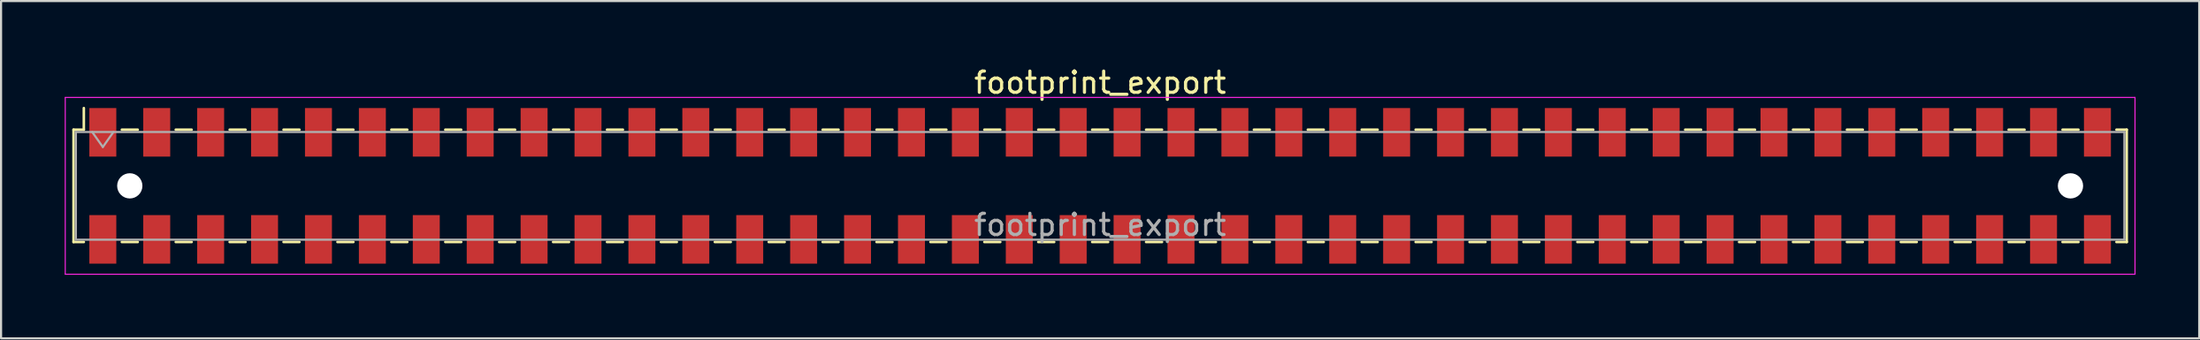
<source format=kicad_pcb>
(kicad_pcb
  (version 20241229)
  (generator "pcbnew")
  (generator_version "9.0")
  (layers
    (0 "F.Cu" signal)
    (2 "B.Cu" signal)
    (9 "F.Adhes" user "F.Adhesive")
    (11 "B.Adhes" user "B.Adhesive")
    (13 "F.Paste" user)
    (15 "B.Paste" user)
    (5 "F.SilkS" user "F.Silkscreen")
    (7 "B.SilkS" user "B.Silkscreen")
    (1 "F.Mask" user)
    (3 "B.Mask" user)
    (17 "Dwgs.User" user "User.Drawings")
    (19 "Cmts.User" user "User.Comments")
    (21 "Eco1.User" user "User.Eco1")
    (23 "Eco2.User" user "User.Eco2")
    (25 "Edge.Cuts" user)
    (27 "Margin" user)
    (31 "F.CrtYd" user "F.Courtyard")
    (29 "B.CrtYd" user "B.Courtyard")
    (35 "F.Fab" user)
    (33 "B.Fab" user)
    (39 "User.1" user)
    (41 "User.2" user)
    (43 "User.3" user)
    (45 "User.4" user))
  (footprint "footprint_export"
    (layer "F.Cu")
    (at 48.785 5.718)
    (property "Reference" "footprint_export" (at 0 -4.87 0) (layer "F.SilkS") (effects (font (size 1 1) (thickness 0.15))))
    (attr smd)
    (fp_line (start -48.37 -2.65) (end -48.37 2.65) (stroke (width 0.12) (type solid)) (layer "F.SilkS"))
    (fp_line (start -48.37 2.65) (end -47.885 2.65) (stroke (width 0.12) (type solid)) (layer "F.SilkS"))
    (fp_line (start -47.885 -3.67) (end -47.885 -2.65) (stroke (width 0.12) (type solid)) (layer "F.SilkS"))
    (fp_line (start -47.885 -2.65) (end -48.37 -2.65) (stroke (width 0.12) (type solid)) (layer "F.SilkS"))
    (fp_line (start -46.095 -2.65) (end -45.345 -2.65) (stroke (width 0.12) (type solid)) (layer "F.SilkS"))
    (fp_line (start -46.095 2.65) (end -45.345 2.65) (stroke (width 0.12) (type solid)) (layer "F.SilkS"))
    (fp_line (start -43.555 -2.65) (end -42.805 -2.65) (stroke (width 0.12) (type solid)) (layer "F.SilkS"))
    (fp_line (start -43.555 2.65) (end -42.805 2.65) (stroke (width 0.12) (type solid)) (layer "F.SilkS"))
    (fp_line (start -41.015 -2.65) (end -40.265 -2.65) (stroke (width 0.12) (type solid)) (layer "F.SilkS"))
    (fp_line (start -41.015 2.65) (end -40.265 2.65) (stroke (width 0.12) (type solid)) (layer "F.SilkS"))
    (fp_line (start -38.475 -2.65) (end -37.725 -2.65) (stroke (width 0.12) (type solid)) (layer "F.SilkS"))
    (fp_line (start -38.475 2.65) (end -37.725 2.65) (stroke (width 0.12) (type solid)) (layer "F.SilkS"))
    (fp_line (start -35.935 -2.65) (end -35.185 -2.65) (stroke (width 0.12) (type solid)) (layer "F.SilkS"))
    (fp_line (start -35.935 2.65) (end -35.185 2.65) (stroke (width 0.12) (type solid)) (layer "F.SilkS"))
    (fp_line (start -33.395 -2.65) (end -32.645 -2.65) (stroke (width 0.12) (type solid)) (layer "F.SilkS"))
    (fp_line (start -33.395 2.65) (end -32.645 2.65) (stroke (width 0.12) (type solid)) (layer "F.SilkS"))
    (fp_line (start -30.855 -2.65) (end -30.105 -2.65) (stroke (width 0.12) (type solid)) (layer "F.SilkS"))
    (fp_line (start -30.855 2.65) (end -30.105 2.65) (stroke (width 0.12) (type solid)) (layer "F.SilkS"))
    (fp_line (start -28.315 -2.65) (end -27.565 -2.65) (stroke (width 0.12) (type solid)) (layer "F.SilkS"))
    (fp_line (start -28.315 2.65) (end -27.565 2.65) (stroke (width 0.12) (type solid)) (layer "F.SilkS"))
    (fp_line (start -25.775 -2.65) (end -25.025 -2.65) (stroke (width 0.12) (type solid)) (layer "F.SilkS"))
    (fp_line (start -25.775 2.65) (end -25.025 2.65) (stroke (width 0.12) (type solid)) (layer "F.SilkS"))
    (fp_line (start -23.235 -2.65) (end -22.485 -2.65) (stroke (width 0.12) (type solid)) (layer "F.SilkS"))
    (fp_line (start -23.235 2.65) (end -22.485 2.65) (stroke (width 0.12) (type solid)) (layer "F.SilkS"))
    (fp_line (start -20.695 -2.65) (end -19.945 -2.65) (stroke (width 0.12) (type solid)) (layer "F.SilkS"))
    (fp_line (start -20.695 2.65) (end -19.945 2.65) (stroke (width 0.12) (type solid)) (layer "F.SilkS"))
    (fp_line (start -18.155 -2.65) (end -17.405 -2.65) (stroke (width 0.12) (type solid)) (layer "F.SilkS"))
    (fp_line (start -18.155 2.65) (end -17.405 2.65) (stroke (width 0.12) (type solid)) (layer "F.SilkS"))
    (fp_line (start -15.615 -2.65) (end -14.865 -2.65) (stroke (width 0.12) (type solid)) (layer "F.SilkS"))
    (fp_line (start -15.615 2.65) (end -14.865 2.65) (stroke (width 0.12) (type solid)) (layer "F.SilkS"))
    (fp_line (start -13.075 -2.65) (end -12.325 -2.65) (stroke (width 0.12) (type solid)) (layer "F.SilkS"))
    (fp_line (start -13.075 2.65) (end -12.325 2.65) (stroke (width 0.12) (type solid)) (layer "F.SilkS"))
    (fp_line (start -10.535 -2.65) (end -9.785 -2.65) (stroke (width 0.12) (type solid)) (layer "F.SilkS"))
    (fp_line (start -10.535 2.65) (end -9.785 2.65) (stroke (width 0.12) (type solid)) (layer "F.SilkS"))
    (fp_line (start -7.995 -2.65) (end -7.245 -2.65) (stroke (width 0.12) (type solid)) (layer "F.SilkS"))
    (fp_line (start -7.995 2.65) (end -7.245 2.65) (stroke (width 0.12) (type solid)) (layer "F.SilkS"))
    (fp_line (start -5.455 -2.65) (end -4.705 -2.65) (stroke (width 0.12) (type solid)) (layer "F.SilkS"))
    (fp_line (start -5.455 2.65) (end -4.705 2.65) (stroke (width 0.12) (type solid)) (layer "F.SilkS"))
    (fp_line (start -2.915 -2.65) (end -2.165 -2.65) (stroke (width 0.12) (type solid)) (layer "F.SilkS"))
    (fp_line (start -2.915 2.65) (end -2.165 2.65) (stroke (width 0.12) (type solid)) (layer "F.SilkS"))
    (fp_line (start -0.375 -2.65) (end 0.375 -2.65) (stroke (width 0.12) (type solid)) (layer "F.SilkS"))
    (fp_line (start -0.375 2.65) (end 0.375 2.65) (stroke (width 0.12) (type solid)) (layer "F.SilkS"))
    (fp_line (start 2.165 -2.65) (end 2.915 -2.65) (stroke (width 0.12) (type solid)) (layer "F.SilkS"))
    (fp_line (start 2.165 2.65) (end 2.915 2.65) (stroke (width 0.12) (type solid)) (layer "F.SilkS"))
    (fp_line (start 4.705 -2.65) (end 5.455 -2.65) (stroke (width 0.12) (type solid)) (layer "F.SilkS"))
    (fp_line (start 4.705 2.65) (end 5.455 2.65) (stroke (width 0.12) (type solid)) (layer "F.SilkS"))
    (fp_line (start 7.245 -2.65) (end 7.995 -2.65) (stroke (width 0.12) (type solid)) (layer "F.SilkS"))
    (fp_line (start 7.245 2.65) (end 7.995 2.65) (stroke (width 0.12) (type solid)) (layer "F.SilkS"))
    (fp_line (start 9.785 -2.65) (end 10.535 -2.65) (stroke (width 0.12) (type solid)) (layer "F.SilkS"))
    (fp_line (start 9.785 2.65) (end 10.535 2.65) (stroke (width 0.12) (type solid)) (layer "F.SilkS"))
    (fp_line (start 12.325 -2.65) (end 13.075 -2.65) (stroke (width 0.12) (type solid)) (layer "F.SilkS"))
    (fp_line (start 12.325 2.65) (end 13.075 2.65) (stroke (width 0.12) (type solid)) (layer "F.SilkS"))
    (fp_line (start 14.865 -2.65) (end 15.615 -2.65) (stroke (width 0.12) (type solid)) (layer "F.SilkS"))
    (fp_line (start 14.865 2.65) (end 15.615 2.65) (stroke (width 0.12) (type solid)) (layer "F.SilkS"))
    (fp_line (start 17.405 -2.65) (end 18.155 -2.65) (stroke (width 0.12) (type solid)) (layer "F.SilkS"))
    (fp_line (start 17.405 2.65) (end 18.155 2.65) (stroke (width 0.12) (type solid)) (layer "F.SilkS"))
    (fp_line (start 19.945 -2.65) (end 20.695 -2.65) (stroke (width 0.12) (type solid)) (layer "F.SilkS"))
    (fp_line (start 19.945 2.65) (end 20.695 2.65) (stroke (width 0.12) (type solid)) (layer "F.SilkS"))
    (fp_line (start 22.485 -2.65) (end 23.235 -2.65) (stroke (width 0.12) (type solid)) (layer "F.SilkS"))
    (fp_line (start 22.485 2.65) (end 23.235 2.65) (stroke (width 0.12) (type solid)) (layer "F.SilkS"))
    (fp_line (start 25.025 -2.65) (end 25.775 -2.65) (stroke (width 0.12) (type solid)) (layer "F.SilkS"))
    (fp_line (start 25.025 2.65) (end 25.775 2.65) (stroke (width 0.12) (type solid)) (layer "F.SilkS"))
    (fp_line (start 27.565 -2.65) (end 28.315 -2.65) (stroke (width 0.12) (type solid)) (layer "F.SilkS"))
    (fp_line (start 27.565 2.65) (end 28.315 2.65) (stroke (width 0.12) (type solid)) (layer "F.SilkS"))
    (fp_line (start 30.105 -2.65) (end 30.855 -2.65) (stroke (width 0.12) (type solid)) (layer "F.SilkS"))
    (fp_line (start 30.105 2.65) (end 30.855 2.65) (stroke (width 0.12) (type solid)) (layer "F.SilkS"))
    (fp_line (start 32.645 -2.65) (end 33.395 -2.65) (stroke (width 0.12) (type solid)) (layer "F.SilkS"))
    (fp_line (start 32.645 2.65) (end 33.395 2.65) (stroke (width 0.12) (type solid)) (layer "F.SilkS"))
    (fp_line (start 35.185 -2.65) (end 35.935 -2.65) (stroke (width 0.12) (type solid)) (layer "F.SilkS"))
    (fp_line (start 35.185 2.65) (end 35.935 2.65) (stroke (width 0.12) (type solid)) (layer "F.SilkS"))
    (fp_line (start 37.725 -2.65) (end 38.475 -2.65) (stroke (width 0.12) (type solid)) (layer "F.SilkS"))
    (fp_line (start 37.725 2.65) (end 38.475 2.65) (stroke (width 0.12) (type solid)) (layer "F.SilkS"))
    (fp_line (start 40.265 -2.65) (end 41.015 -2.65) (stroke (width 0.12) (type solid)) (layer "F.SilkS"))
    (fp_line (start 40.265 2.65) (end 41.015 2.65) (stroke (width 0.12) (type solid)) (layer "F.SilkS"))
    (fp_line (start 42.805 -2.65) (end 43.555 -2.65) (stroke (width 0.12) (type solid)) (layer "F.SilkS"))
    (fp_line (start 42.805 2.65) (end 43.555 2.65) (stroke (width 0.12) (type solid)) (layer "F.SilkS"))
    (fp_line (start 45.345 -2.65) (end 46.095 -2.65) (stroke (width 0.12) (type solid)) (layer "F.SilkS"))
    (fp_line (start 45.345 2.65) (end 46.095 2.65) (stroke (width 0.12) (type solid)) (layer "F.SilkS"))
    (fp_line (start 47.885 -2.65) (end 48.37 -2.65) (stroke (width 0.12) (type solid)) (layer "F.SilkS"))
    (fp_line (start 48.37 -2.65) (end 48.37 2.65) (stroke (width 0.12) (type solid)) (layer "F.SilkS"))
    (fp_line (start 48.37 2.65) (end 47.885 2.65) (stroke (width 0.12) (type solid)) (layer "F.SilkS"))
    (fp_line (start -48.76 -4.17) (end 48.76 -4.17) (stroke (width 0.05) (type solid)) (layer "F.CrtYd"))
    (fp_line (start -48.76 4.17) (end -48.76 -4.17) (stroke (width 0.05) (type solid)) (layer "F.CrtYd"))
    (fp_line (start 48.76 -4.17) (end 48.76 4.17) (stroke (width 0.05) (type solid)) (layer "F.CrtYd"))
    (fp_line (start 48.76 4.17) (end -48.76 4.17) (stroke (width 0.05) (type solid)) (layer "F.CrtYd"))
    (fp_line (start -48.26 -2.54) (end 48.26 -2.54) (stroke (width 0.1) (type solid)) (layer "F.Fab"))
    (fp_line (start -48.26 2.54) (end -48.26 -2.54) (stroke (width 0.1) (type solid)) (layer "F.Fab"))
    (fp_line (start -47.49 -2.54) (end -46.99 -1.833) (stroke (width 0.1) (type solid)) (layer "F.Fab"))
    (fp_line (start -46.99 -1.833) (end -46.49 -2.54) (stroke (width 0.1) (type solid)) (layer "F.Fab"))
    (fp_line (start 48.26 -2.54) (end 48.26 2.54) (stroke (width 0.1) (type solid)) (layer "F.Fab"))
    (fp_line (start 48.26 2.54) (end -48.26 2.54) (stroke (width 0.1) (type solid)) (layer "F.Fab"))
    (fp_text user "${REFERENCE}" (at 0 1.84 0) (layer "F.Fab") (effects (font (size 1 1) (thickness 0.15))))
    (pad "" np_thru_hole circle (at -45.72 0) (size 1.19 1.19) (drill 1.19) (layers "*.Cu" "*.Mask"))
    (pad "" np_thru_hole circle (at 45.72 0) (size 1.19 1.19) (drill 1.19) (layers "*.Cu" "*.Mask"))
    (pad "1" smd rect (at -46.99 -2.525) (size 1.27 2.29) (layers "F.Cu" "F.Mask" "F.Paste"))
    (pad "2" smd rect (at -46.99 2.525) (size 1.27 2.29) (layers "F.Cu" "F.Mask" "F.Paste"))
    (pad "3" smd rect (at -44.45 -2.525) (size 1.27 2.29) (layers "F.Cu" "F.Mask" "F.Paste"))
    (pad "4" smd rect (at -44.45 2.525) (size 1.27 2.29) (layers "F.Cu" "F.Mask" "F.Paste"))
    (pad "5" smd rect (at -41.91 -2.525) (size 1.27 2.29) (layers "F.Cu" "F.Mask" "F.Paste"))
    (pad "6" smd rect (at -41.91 2.525) (size 1.27 2.29) (layers "F.Cu" "F.Mask" "F.Paste"))
    (pad "7" smd rect (at -39.37 -2.525) (size 1.27 2.29) (layers "F.Cu" "F.Mask" "F.Paste"))
    (pad "8" smd rect (at -39.37 2.525) (size 1.27 2.29) (layers "F.Cu" "F.Mask" "F.Paste"))
    (pad "9" smd rect (at -36.83 -2.525) (size 1.27 2.29) (layers "F.Cu" "F.Mask" "F.Paste"))
    (pad "10" smd rect (at -36.83 2.525) (size 1.27 2.29) (layers "F.Cu" "F.Mask" "F.Paste"))
    (pad "11" smd rect (at -34.29 -2.525) (size 1.27 2.29) (layers "F.Cu" "F.Mask" "F.Paste"))
    (pad "12" smd rect (at -34.29 2.525) (size 1.27 2.29) (layers "F.Cu" "F.Mask" "F.Paste"))
    (pad "13" smd rect (at -31.75 -2.525) (size 1.27 2.29) (layers "F.Cu" "F.Mask" "F.Paste"))
    (pad "14" smd rect (at -31.75 2.525) (size 1.27 2.29) (layers "F.Cu" "F.Mask" "F.Paste"))
    (pad "15" smd rect (at -29.21 -2.525) (size 1.27 2.29) (layers "F.Cu" "F.Mask" "F.Paste"))
    (pad "16" smd rect (at -29.21 2.525) (size 1.27 2.29) (layers "F.Cu" "F.Mask" "F.Paste"))
    (pad "17" smd rect (at -26.67 -2.525) (size 1.27 2.29) (layers "F.Cu" "F.Mask" "F.Paste"))
    (pad "18" smd rect (at -26.67 2.525) (size 1.27 2.29) (layers "F.Cu" "F.Mask" "F.Paste"))
    (pad "19" smd rect (at -24.13 -2.525) (size 1.27 2.29) (layers "F.Cu" "F.Mask" "F.Paste"))
    (pad "20" smd rect (at -24.13 2.525) (size 1.27 2.29) (layers "F.Cu" "F.Mask" "F.Paste"))
    (pad "21" smd rect (at -21.59 -2.525) (size 1.27 2.29) (layers "F.Cu" "F.Mask" "F.Paste"))
    (pad "22" smd rect (at -21.59 2.525) (size 1.27 2.29) (layers "F.Cu" "F.Mask" "F.Paste"))
    (pad "23" smd rect (at -19.05 -2.525) (size 1.27 2.29) (layers "F.Cu" "F.Mask" "F.Paste"))
    (pad "24" smd rect (at -19.05 2.525) (size 1.27 2.29) (layers "F.Cu" "F.Mask" "F.Paste"))
    (pad "25" smd rect (at -16.51 -2.525) (size 1.27 2.29) (layers "F.Cu" "F.Mask" "F.Paste"))
    (pad "26" smd rect (at -16.51 2.525) (size 1.27 2.29) (layers "F.Cu" "F.Mask" "F.Paste"))
    (pad "27" smd rect (at -13.97 -2.525) (size 1.27 2.29) (layers "F.Cu" "F.Mask" "F.Paste"))
    (pad "28" smd rect (at -13.97 2.525) (size 1.27 2.29) (layers "F.Cu" "F.Mask" "F.Paste"))
    (pad "29" smd rect (at -11.43 -2.525) (size 1.27 2.29) (layers "F.Cu" "F.Mask" "F.Paste"))
    (pad "30" smd rect (at -11.43 2.525) (size 1.27 2.29) (layers "F.Cu" "F.Mask" "F.Paste"))
    (pad "31" smd rect (at -8.89 -2.525) (size 1.27 2.29) (layers "F.Cu" "F.Mask" "F.Paste"))
    (pad "32" smd rect (at -8.89 2.525) (size 1.27 2.29) (layers "F.Cu" "F.Mask" "F.Paste"))
    (pad "33" smd rect (at -6.35 -2.525) (size 1.27 2.29) (layers "F.Cu" "F.Mask" "F.Paste"))
    (pad "34" smd rect (at -6.35 2.525) (size 1.27 2.29) (layers "F.Cu" "F.Mask" "F.Paste"))
    (pad "35" smd rect (at -3.81 -2.525) (size 1.27 2.29) (layers "F.Cu" "F.Mask" "F.Paste"))
    (pad "36" smd rect (at -3.81 2.525) (size 1.27 2.29) (layers "F.Cu" "F.Mask" "F.Paste"))
    (pad "37" smd rect (at -1.27 -2.525) (size 1.27 2.29) (layers "F.Cu" "F.Mask" "F.Paste"))
    (pad "38" smd rect (at -1.27 2.525) (size 1.27 2.29) (layers "F.Cu" "F.Mask" "F.Paste"))
    (pad "39" smd rect (at 1.27 -2.525) (size 1.27 2.29) (layers "F.Cu" "F.Mask" "F.Paste"))
    (pad "40" smd rect (at 1.27 2.525) (size 1.27 2.29) (layers "F.Cu" "F.Mask" "F.Paste"))
    (pad "41" smd rect (at 3.81 -2.525) (size 1.27 2.29) (layers "F.Cu" "F.Mask" "F.Paste"))
    (pad "42" smd rect (at 3.81 2.525) (size 1.27 2.29) (layers "F.Cu" "F.Mask" "F.Paste"))
    (pad "43" smd rect (at 6.35 -2.525) (size 1.27 2.29) (layers "F.Cu" "F.Mask" "F.Paste"))
    (pad "44" smd rect (at 6.35 2.525) (size 1.27 2.29) (layers "F.Cu" "F.Mask" "F.Paste"))
    (pad "45" smd rect (at 8.89 -2.525) (size 1.27 2.29) (layers "F.Cu" "F.Mask" "F.Paste"))
    (pad "46" smd rect (at 8.89 2.525) (size 1.27 2.29) (layers "F.Cu" "F.Mask" "F.Paste"))
    (pad "47" smd rect (at 11.43 -2.525) (size 1.27 2.29) (layers "F.Cu" "F.Mask" "F.Paste"))
    (pad "48" smd rect (at 11.43 2.525) (size 1.27 2.29) (layers "F.Cu" "F.Mask" "F.Paste"))
    (pad "49" smd rect (at 13.97 -2.525) (size 1.27 2.29) (layers "F.Cu" "F.Mask" "F.Paste"))
    (pad "50" smd rect (at 13.97 2.525) (size 1.27 2.29) (layers "F.Cu" "F.Mask" "F.Paste"))
    (pad "51" smd rect (at 16.51 -2.525) (size 1.27 2.29) (layers "F.Cu" "F.Mask" "F.Paste"))
    (pad "52" smd rect (at 16.51 2.525) (size 1.27 2.29) (layers "F.Cu" "F.Mask" "F.Paste"))
    (pad "53" smd rect (at 19.05 -2.525) (size 1.27 2.29) (layers "F.Cu" "F.Mask" "F.Paste"))
    (pad "54" smd rect (at 19.05 2.525) (size 1.27 2.29) (layers "F.Cu" "F.Mask" "F.Paste"))
    (pad "55" smd rect (at 21.59 -2.525) (size 1.27 2.29) (layers "F.Cu" "F.Mask" "F.Paste"))
    (pad "56" smd rect (at 21.59 2.525) (size 1.27 2.29) (layers "F.Cu" "F.Mask" "F.Paste"))
    (pad "57" smd rect (at 24.13 -2.525) (size 1.27 2.29) (layers "F.Cu" "F.Mask" "F.Paste"))
    (pad "58" smd rect (at 24.13 2.525) (size 1.27 2.29) (layers "F.Cu" "F.Mask" "F.Paste"))
    (pad "59" smd rect (at 26.67 -2.525) (size 1.27 2.29) (layers "F.Cu" "F.Mask" "F.Paste"))
    (pad "60" smd rect (at 26.67 2.525) (size 1.27 2.29) (layers "F.Cu" "F.Mask" "F.Paste"))
    (pad "61" smd rect (at 29.21 -2.525) (size 1.27 2.29) (layers "F.Cu" "F.Mask" "F.Paste"))
    (pad "62" smd rect (at 29.21 2.525) (size 1.27 2.29) (layers "F.Cu" "F.Mask" "F.Paste"))
    (pad "63" smd rect (at 31.75 -2.525) (size 1.27 2.29) (layers "F.Cu" "F.Mask" "F.Paste"))
    (pad "64" smd rect (at 31.75 2.525) (size 1.27 2.29) (layers "F.Cu" "F.Mask" "F.Paste"))
    (pad "65" smd rect (at 34.29 -2.525) (size 1.27 2.29) (layers "F.Cu" "F.Mask" "F.Paste"))
    (pad "66" smd rect (at 34.29 2.525) (size 1.27 2.29) (layers "F.Cu" "F.Mask" "F.Paste"))
    (pad "67" smd rect (at 36.83 -2.525) (size 1.27 2.29) (layers "F.Cu" "F.Mask" "F.Paste"))
    (pad "68" smd rect (at 36.83 2.525) (size 1.27 2.29) (layers "F.Cu" "F.Mask" "F.Paste"))
    (pad "69" smd rect (at 39.37 -2.525) (size 1.27 2.29) (layers "F.Cu" "F.Mask" "F.Paste"))
    (pad "70" smd rect (at 39.37 2.525) (size 1.27 2.29) (layers "F.Cu" "F.Mask" "F.Paste"))
    (pad "71" smd rect (at 41.91 -2.525) (size 1.27 2.29) (layers "F.Cu" "F.Mask" "F.Paste"))
    (pad "72" smd rect (at 41.91 2.525) (size 1.27 2.29) (layers "F.Cu" "F.Mask" "F.Paste"))
    (pad "73" smd rect (at 44.45 -2.525) (size 1.27 2.29) (layers "F.Cu" "F.Mask" "F.Paste"))
    (pad "74" smd rect (at 44.45 2.525) (size 1.27 2.29) (layers "F.Cu" "F.Mask" "F.Paste"))
    (pad "75" smd rect (at 46.99 -2.525) (size 1.27 2.29) (layers "F.Cu" "F.Mask" "F.Paste"))
    (pad "76" smd rect (at 46.99 2.525) (size 1.27 2.29) (layers "F.Cu" "F.Mask" "F.Paste")))
  (gr_rect
    (start -3 -3)
    (end 100.57 12.913)
    (stroke (width 0.1) (type default))
    (fill no)
    (layer "Edge.Cuts")))
</source>
